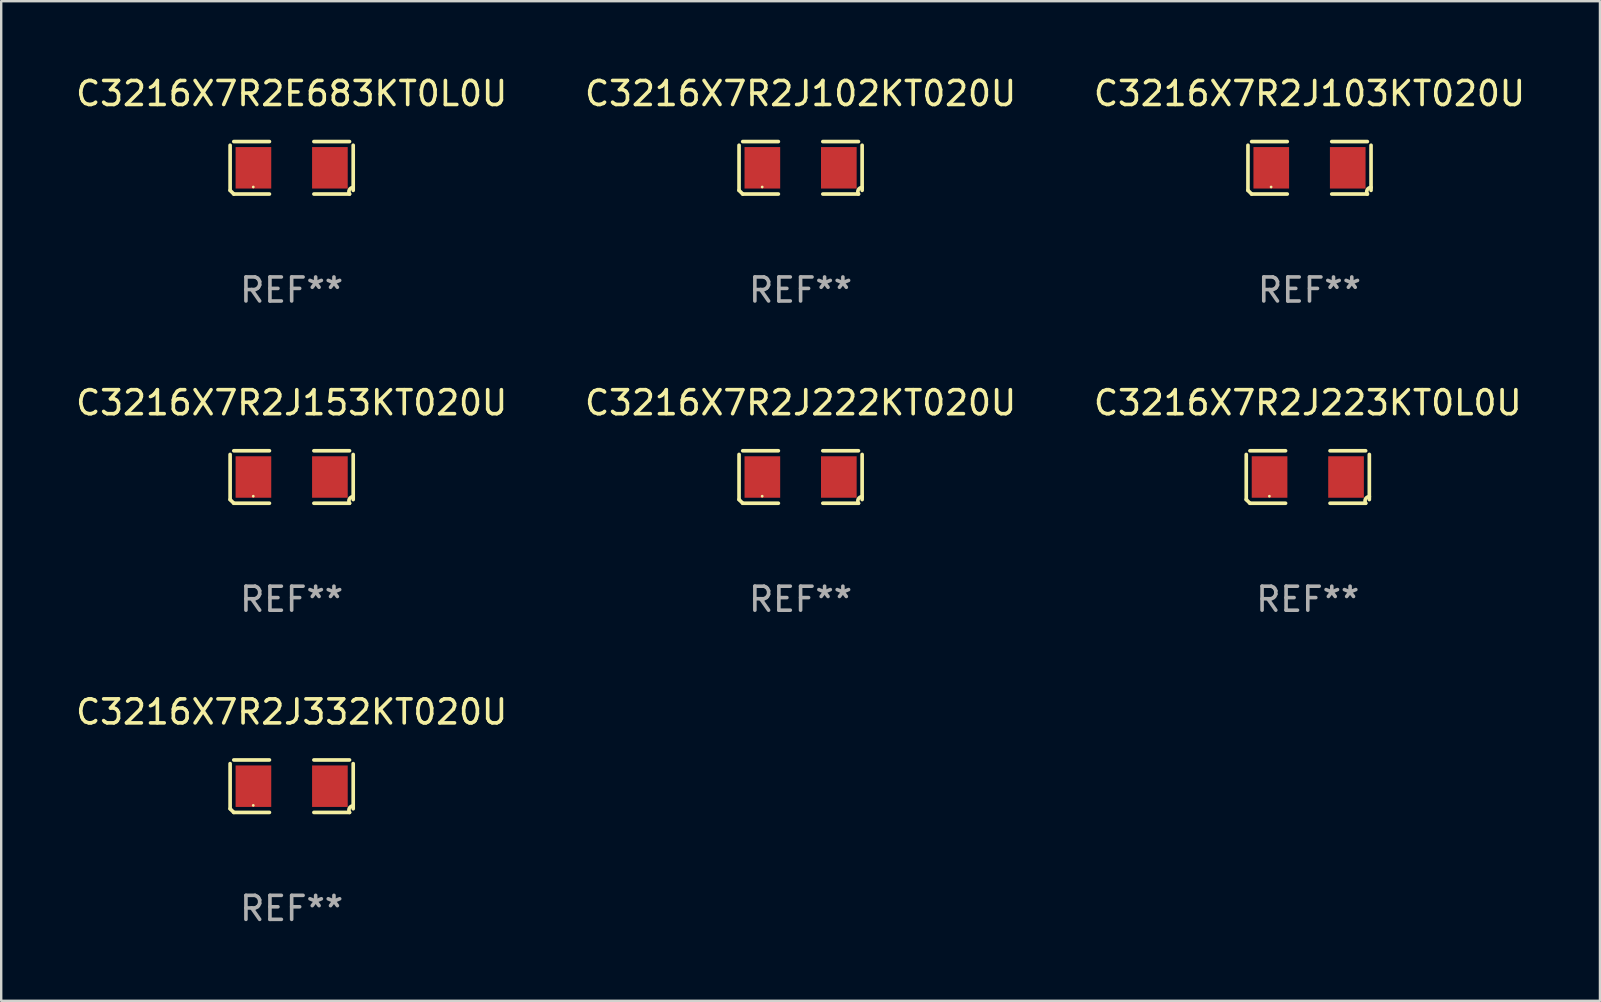
<source format=kicad_pcb>
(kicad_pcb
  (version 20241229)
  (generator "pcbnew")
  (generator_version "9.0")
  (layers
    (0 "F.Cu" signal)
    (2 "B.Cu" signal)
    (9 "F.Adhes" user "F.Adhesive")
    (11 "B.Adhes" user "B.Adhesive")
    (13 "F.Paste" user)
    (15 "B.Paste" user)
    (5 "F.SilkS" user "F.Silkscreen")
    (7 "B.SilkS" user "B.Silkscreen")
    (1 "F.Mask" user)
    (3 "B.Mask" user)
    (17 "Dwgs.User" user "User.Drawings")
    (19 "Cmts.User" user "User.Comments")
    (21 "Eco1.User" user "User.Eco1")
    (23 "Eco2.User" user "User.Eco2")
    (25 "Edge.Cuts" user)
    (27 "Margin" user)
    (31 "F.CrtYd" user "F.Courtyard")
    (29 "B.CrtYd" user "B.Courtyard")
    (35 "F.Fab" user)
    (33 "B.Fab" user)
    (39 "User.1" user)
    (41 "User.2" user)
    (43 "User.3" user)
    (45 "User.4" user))
  (footprint "C3216X7R2J103KT020U"
    (layer "F.Cu")
    (at 51.506 3.941)
    (property "Reference" "C3216X7R2J103KT020U" (at 0 -3.093 0) (layer "F.SilkS") (effects (font (size 1 1) (thickness 0.15))))
    (attr through_hole)
    (fp_line (start -2.564 0.94) (end -2.564 -0.94) (stroke (width 0.152) (type solid)) (layer "F.SilkS"))
    (fp_line (start -2.411 -1.093) (end -0.926 -1.093) (stroke (width 0.152) (type solid)) (layer "F.SilkS"))
    (fp_line (start -0.926 1.093) (end -2.411 1.093) (stroke (width 0.152) (type solid)) (layer "F.SilkS"))
    (fp_line (start 0.926 1.093) (end 2.411 1.093) (stroke (width 0.152) (type solid)) (layer "F.SilkS"))
    (fp_line (start 2.411 -1.093) (end 0.926 -1.093) (stroke (width 0.152) (type solid)) (layer "F.SilkS"))
    (fp_line (start 2.564 0.94) (end 2.564 -0.94) (stroke (width 0.152) (type solid)) (layer "F.SilkS"))
    (fp_arc (start -2.411201 1.092609) (mid -2.487413 1.01642) (end -2.563602 0.940208) (stroke (width 0.1524) (type solid)) (layer "F.SilkS"))
    (fp_arc (start 2.411201 1.092609) (mid 2.407159 0.911226) (end 2.563602 0.819347) (stroke (width 0.1524) (type solid)) (layer "F.SilkS"))
    (fp_circle (center -1.6 0.8) (end -1.57 0.8) (stroke (width 0.06) (type solid)) (fill no) (layer "F.SilkS"))
    (fp_text user "REF**" (at 0 5.093 0) (layer "F.Fab") (effects (font (size 1 1) (thickness 0.15))))
    (pad "1" smd rect (at -1.593 0) (size 1.485 1.728) (layers "F.Cu" "F.Mask" "F.Paste"))
    (pad "2" smd rect (at 1.593 0) (size 1.485 1.728) (layers "F.Cu" "F.Mask" "F.Paste")))
  (footprint "C3216X7R2J153KT020U"
    (layer "F.Cu")
    (at 9.101 16.823)
    (property "Reference" "C3216X7R2J153KT020U" (at 0 -3.093 0) (layer "F.SilkS") (effects (font (size 1 1) (thickness 0.15))))
    (attr through_hole)
    (fp_line (start -2.564 0.94) (end -2.564 -0.94) (stroke (width 0.152) (type solid)) (layer "F.SilkS"))
    (fp_line (start -2.411 -1.093) (end -0.926 -1.093) (stroke (width 0.152) (type solid)) (layer "F.SilkS"))
    (fp_line (start -0.926 1.093) (end -2.411 1.093) (stroke (width 0.152) (type solid)) (layer "F.SilkS"))
    (fp_line (start 0.926 1.093) (end 2.411 1.093) (stroke (width 0.152) (type solid)) (layer "F.SilkS"))
    (fp_line (start 2.411 -1.093) (end 0.926 -1.093) (stroke (width 0.152) (type solid)) (layer "F.SilkS"))
    (fp_line (start 2.564 0.94) (end 2.564 -0.94) (stroke (width 0.152) (type solid)) (layer "F.SilkS"))
    (fp_arc (start -2.411201 1.092609) (mid -2.487413 1.01642) (end -2.563602 0.940208) (stroke (width 0.1524) (type solid)) (layer "F.SilkS"))
    (fp_arc (start 2.411201 1.092609) (mid 2.407159 0.911226) (end 2.563602 0.819347) (stroke (width 0.1524) (type solid)) (layer "F.SilkS"))
    (fp_circle (center -1.6 0.8) (end -1.57 0.8) (stroke (width 0.06) (type solid)) (fill no) (layer "F.SilkS"))
    (fp_text user "REF**" (at 0 5.093 0) (layer "F.Fab") (effects (font (size 1 1) (thickness 0.15))))
    (pad "1" smd rect (at -1.593 0) (size 1.485 1.728) (layers "F.Cu" "F.Mask" "F.Paste"))
    (pad "2" smd rect (at 1.593 0) (size 1.485 1.728) (layers "F.Cu" "F.Mask" "F.Paste")))
  (footprint "C3216X7R2J332KT020U"
    (layer "F.Cu")
    (at 9.101 29.704)
    (property "Reference" "C3216X7R2J332KT020U" (at 0 -3.093 0) (layer "F.SilkS") (effects (font (size 1 1) (thickness 0.15))))
    (attr through_hole)
    (fp_line (start -2.564 0.94) (end -2.564 -0.94) (stroke (width 0.152) (type solid)) (layer "F.SilkS"))
    (fp_line (start -2.411 -1.093) (end -0.926 -1.093) (stroke (width 0.152) (type solid)) (layer "F.SilkS"))
    (fp_line (start -0.926 1.093) (end -2.411 1.093) (stroke (width 0.152) (type solid)) (layer "F.SilkS"))
    (fp_line (start 0.926 1.093) (end 2.411 1.093) (stroke (width 0.152) (type solid)) (layer "F.SilkS"))
    (fp_line (start 2.411 -1.093) (end 0.926 -1.093) (stroke (width 0.152) (type solid)) (layer "F.SilkS"))
    (fp_line (start 2.564 0.94) (end 2.564 -0.94) (stroke (width 0.152) (type solid)) (layer "F.SilkS"))
    (fp_arc (start -2.411201 1.092609) (mid -2.487413 1.01642) (end -2.563602 0.940208) (stroke (width 0.1524) (type solid)) (layer "F.SilkS"))
    (fp_arc (start 2.411201 1.092609) (mid 2.407159 0.911226) (end 2.563602 0.819347) (stroke (width 0.1524) (type solid)) (layer "F.SilkS"))
    (fp_circle (center -1.6 0.8) (end -1.57 0.8) (stroke (width 0.06) (type solid)) (fill no) (layer "F.SilkS"))
    (fp_text user "REF**" (at 0 5.093 0) (layer "F.Fab") (effects (font (size 1 1) (thickness 0.15))))
    (pad "1" smd rect (at -1.593 0) (size 1.485 1.728) (layers "F.Cu" "F.Mask" "F.Paste"))
    (pad "2" smd rect (at 1.593 0) (size 1.485 1.728) (layers "F.Cu" "F.Mask" "F.Paste")))
  (footprint "C3216X7R2J102KT020U"
    (layer "F.Cu")
    (at 30.304 3.941)
    (property "Reference" "C3216X7R2J102KT020U" (at 0 -3.093 0) (layer "F.SilkS") (effects (font (size 1 1) (thickness 0.15))))
    (attr through_hole)
    (fp_line (start -2.564 0.94) (end -2.564 -0.94) (stroke (width 0.152) (type solid)) (layer "F.SilkS"))
    (fp_line (start -2.411 -1.093) (end -0.926 -1.093) (stroke (width 0.152) (type solid)) (layer "F.SilkS"))
    (fp_line (start -0.926 1.093) (end -2.411 1.093) (stroke (width 0.152) (type solid)) (layer "F.SilkS"))
    (fp_line (start 0.926 1.093) (end 2.411 1.093) (stroke (width 0.152) (type solid)) (layer "F.SilkS"))
    (fp_line (start 2.411 -1.093) (end 0.926 -1.093) (stroke (width 0.152) (type solid)) (layer "F.SilkS"))
    (fp_line (start 2.564 0.94) (end 2.564 -0.94) (stroke (width 0.152) (type solid)) (layer "F.SilkS"))
    (fp_arc (start -2.411201 1.092609) (mid -2.487413 1.01642) (end -2.563602 0.940208) (stroke (width 0.1524) (type solid)) (layer "F.SilkS"))
    (fp_arc (start 2.411201 1.092609) (mid 2.407159 0.911226) (end 2.563602 0.819347) (stroke (width 0.1524) (type solid)) (layer "F.SilkS"))
    (fp_circle (center -1.6 0.8) (end -1.57 0.8) (stroke (width 0.06) (type solid)) (fill no) (layer "F.SilkS"))
    (fp_text user "REF**" (at 0 5.093 0) (layer "F.Fab") (effects (font (size 1 1) (thickness 0.15))))
    (pad "1" smd rect (at -1.593 0) (size 1.485 1.728) (layers "F.Cu" "F.Mask" "F.Paste"))
    (pad "2" smd rect (at 1.593 0) (size 1.485 1.728) (layers "F.Cu" "F.Mask" "F.Paste")))
  (footprint "C3216X7R2J223KT0L0U"
    (layer "F.Cu")
    (at 51.435 16.823)
    (property "Reference" "C3216X7R2J223KT0L0U" (at 0 -3.093 0) (layer "F.SilkS") (effects (font (size 1 1) (thickness 0.15))))
    (attr through_hole)
    (fp_line (start -2.564 0.94) (end -2.564 -0.94) (stroke (width 0.152) (type solid)) (layer "F.SilkS"))
    (fp_line (start -2.411 -1.093) (end -0.926 -1.093) (stroke (width 0.152) (type solid)) (layer "F.SilkS"))
    (fp_line (start -0.926 1.093) (end -2.411 1.093) (stroke (width 0.152) (type solid)) (layer "F.SilkS"))
    (fp_line (start 0.926 1.093) (end 2.411 1.093) (stroke (width 0.152) (type solid)) (layer "F.SilkS"))
    (fp_line (start 2.411 -1.093) (end 0.926 -1.093) (stroke (width 0.152) (type solid)) (layer "F.SilkS"))
    (fp_line (start 2.564 0.94) (end 2.564 -0.94) (stroke (width 0.152) (type solid)) (layer "F.SilkS"))
    (fp_arc (start -2.411201 1.092609) (mid -2.487413 1.01642) (end -2.563602 0.940208) (stroke (width 0.1524) (type solid)) (layer "F.SilkS"))
    (fp_arc (start 2.411201 1.092609) (mid 2.407159 0.911226) (end 2.563602 0.819347) (stroke (width 0.1524) (type solid)) (layer "F.SilkS"))
    (fp_circle (center -1.6 0.8) (end -1.57 0.8) (stroke (width 0.06) (type solid)) (fill no) (layer "F.SilkS"))
    (fp_text user "REF**" (at 0 5.093 0) (layer "F.Fab") (effects (font (size 1 1) (thickness 0.15))))
    (pad "1" smd rect (at -1.593 0) (size 1.485 1.728) (layers "F.Cu" "F.Mask" "F.Paste"))
    (pad "2" smd rect (at 1.593 0) (size 1.485 1.728) (layers "F.Cu" "F.Mask" "F.Paste")))
  (footprint "C3216X7R2E683KT0L0U"
    (layer "F.Cu")
    (at 9.101 3.941)
    (property "Reference" "C3216X7R2E683KT0L0U" (at 0 -3.093 0) (layer "F.SilkS") (effects (font (size 1 1) (thickness 0.15))))
    (attr through_hole)
    (fp_line (start -2.564 0.94) (end -2.564 -0.94) (stroke (width 0.152) (type solid)) (layer "F.SilkS"))
    (fp_line (start -2.411 -1.093) (end -0.926 -1.093) (stroke (width 0.152) (type solid)) (layer "F.SilkS"))
    (fp_line (start -0.926 1.093) (end -2.411 1.093) (stroke (width 0.152) (type solid)) (layer "F.SilkS"))
    (fp_line (start 0.926 1.093) (end 2.411 1.093) (stroke (width 0.152) (type solid)) (layer "F.SilkS"))
    (fp_line (start 2.411 -1.093) (end 0.926 -1.093) (stroke (width 0.152) (type solid)) (layer "F.SilkS"))
    (fp_line (start 2.564 0.94) (end 2.564 -0.94) (stroke (width 0.152) (type solid)) (layer "F.SilkS"))
    (fp_arc (start -2.411201 1.092609) (mid -2.487413 1.01642) (end -2.563602 0.940208) (stroke (width 0.1524) (type solid)) (layer "F.SilkS"))
    (fp_arc (start 2.411201 1.092609) (mid 2.407159 0.911226) (end 2.563602 0.819347) (stroke (width 0.1524) (type solid)) (layer "F.SilkS"))
    (fp_circle (center -1.6 0.8) (end -1.57 0.8) (stroke (width 0.06) (type solid)) (fill no) (layer "F.SilkS"))
    (fp_text user "REF**" (at 0 5.093 0) (layer "F.Fab") (effects (font (size 1 1) (thickness 0.15))))
    (pad "1" smd rect (at -1.593 0) (size 1.485 1.728) (layers "F.Cu" "F.Mask" "F.Paste"))
    (pad "2" smd rect (at 1.593 0) (size 1.485 1.728) (layers "F.Cu" "F.Mask" "F.Paste")))
  (footprint "C3216X7R2J222KT020U"
    (layer "F.Cu")
    (at 30.304 16.823)
    (property "Reference" "C3216X7R2J222KT020U" (at 0 -3.093 0) (layer "F.SilkS") (effects (font (size 1 1) (thickness 0.15))))
    (attr through_hole)
    (fp_line (start -2.564 0.94) (end -2.564 -0.94) (stroke (width 0.152) (type solid)) (layer "F.SilkS"))
    (fp_line (start -2.411 -1.093) (end -0.926 -1.093) (stroke (width 0.152) (type solid)) (layer "F.SilkS"))
    (fp_line (start -0.926 1.093) (end -2.411 1.093) (stroke (width 0.152) (type solid)) (layer "F.SilkS"))
    (fp_line (start 0.926 1.093) (end 2.411 1.093) (stroke (width 0.152) (type solid)) (layer "F.SilkS"))
    (fp_line (start 2.411 -1.093) (end 0.926 -1.093) (stroke (width 0.152) (type solid)) (layer "F.SilkS"))
    (fp_line (start 2.564 0.94) (end 2.564 -0.94) (stroke (width 0.152) (type solid)) (layer "F.SilkS"))
    (fp_arc (start -2.411201 1.092609) (mid -2.487413 1.01642) (end -2.563602 0.940208) (stroke (width 0.1524) (type solid)) (layer "F.SilkS"))
    (fp_arc (start 2.411201 1.092609) (mid 2.407159 0.911226) (end 2.563602 0.819347) (stroke (width 0.1524) (type solid)) (layer "F.SilkS"))
    (fp_circle (center -1.6 0.8) (end -1.57 0.8) (stroke (width 0.06) (type solid)) (fill no) (layer "F.SilkS"))
    (fp_text user "REF**" (at 0 5.093 0) (layer "F.Fab") (effects (font (size 1 1) (thickness 0.15))))
    (pad "1" smd rect (at -1.593 0) (size 1.485 1.728) (layers "F.Cu" "F.Mask" "F.Paste"))
    (pad "2" smd rect (at 1.593 0) (size 1.485 1.728) (layers "F.Cu" "F.Mask" "F.Paste")))
  (gr_rect
    (start -3 -3)
    (end 63.607 38.645)
    (stroke (width 0.1) (type default))
    (fill no)
    (layer "Edge.Cuts")))
</source>
